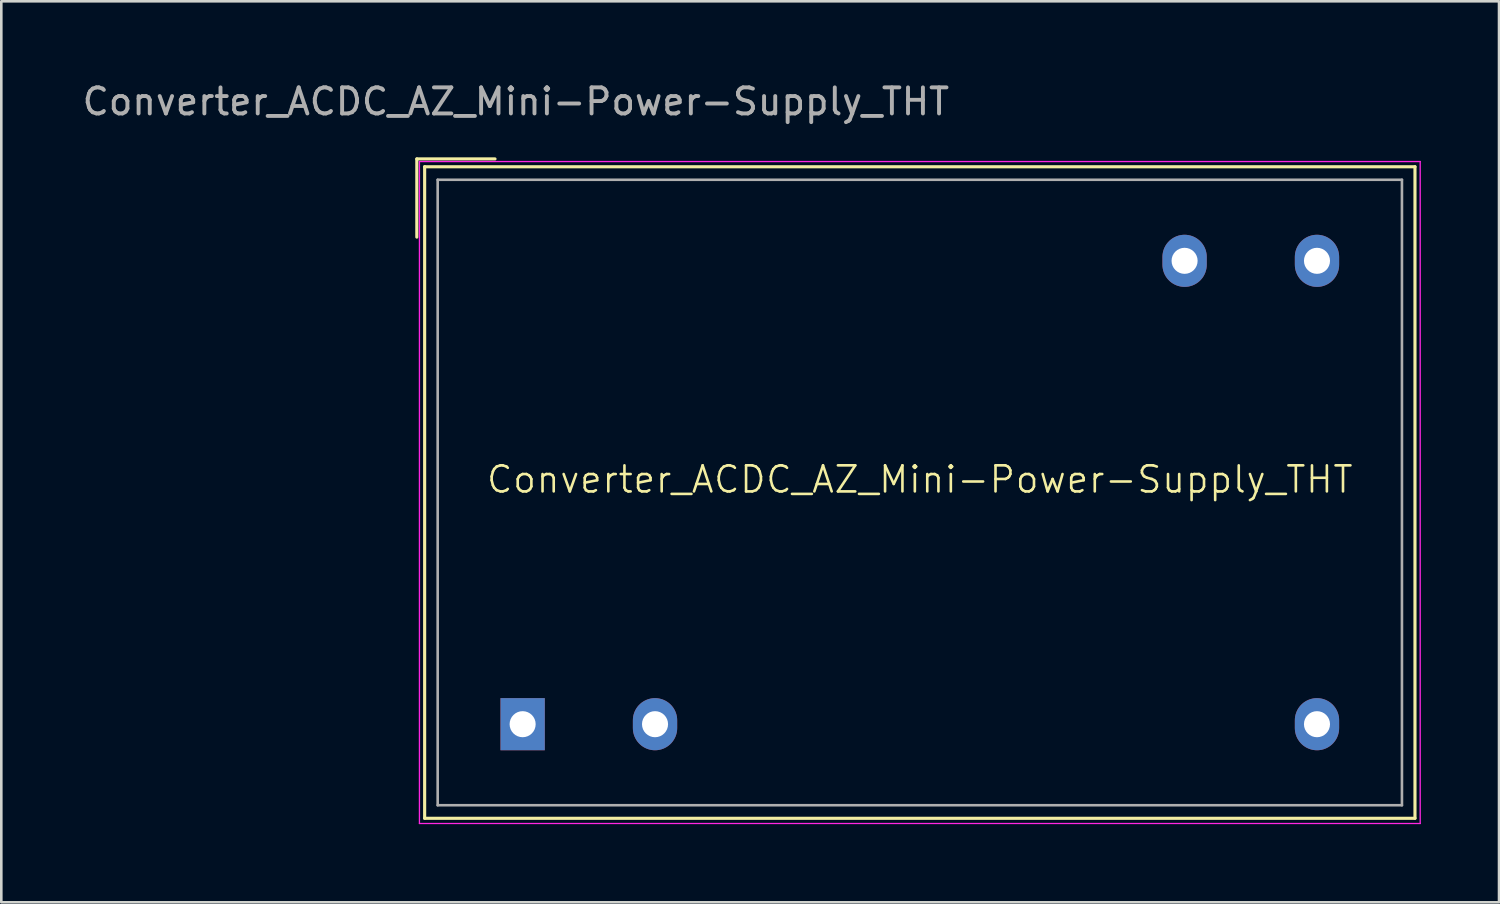
<source format=kicad_pcb>
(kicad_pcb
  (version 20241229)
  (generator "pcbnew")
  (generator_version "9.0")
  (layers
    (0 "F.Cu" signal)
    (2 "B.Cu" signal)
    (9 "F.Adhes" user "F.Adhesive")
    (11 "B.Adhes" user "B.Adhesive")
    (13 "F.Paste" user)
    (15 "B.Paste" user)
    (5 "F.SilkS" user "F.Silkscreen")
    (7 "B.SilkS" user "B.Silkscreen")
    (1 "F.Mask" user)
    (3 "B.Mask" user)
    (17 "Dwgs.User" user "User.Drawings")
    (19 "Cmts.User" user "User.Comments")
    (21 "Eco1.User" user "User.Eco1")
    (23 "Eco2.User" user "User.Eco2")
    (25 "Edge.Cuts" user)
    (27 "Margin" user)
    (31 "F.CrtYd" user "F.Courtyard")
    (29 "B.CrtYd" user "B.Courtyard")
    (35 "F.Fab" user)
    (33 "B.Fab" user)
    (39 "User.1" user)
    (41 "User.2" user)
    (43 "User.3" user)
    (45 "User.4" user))
  (footprint "Converter_ACDC_AZ_Mini-Power-Supply_THT"
    (layer "F.Cu")
    (at 32.244 15.848)
    (property "Reference" "Converter_ACDC_AZ_Mini-Power-Supply_THT" (at 0 -0.5 0) (unlocked yes) (layer "F.SilkS") (effects (font (size 1 1) (thickness 0.1))))
    (attr through_hole)
    (fp_line (start -19.3 -12.8) (end -16.3 -12.8) (stroke (width 0.12) (type solid)) (layer "F.SilkS"))
    (fp_line (start -19.3 -9.8) (end -19.3 -12.8) (stroke (width 0.12) (type solid)) (layer "F.SilkS"))
    (fp_line (start -19 -12.5) (end -19 12.5) (stroke (width 0.12) (type solid)) (layer "F.SilkS"))
    (fp_line (start -19 -12.5) (end 19 -12.5) (stroke (width 0.12) (type solid)) (layer "F.SilkS"))
    (fp_line (start -19 12.5) (end 19 12.5) (stroke (width 0.12) (type solid)) (layer "F.SilkS"))
    (fp_line (start 19 -12.5) (end 19 12.5) (stroke (width 0.12) (type solid)) (layer "F.SilkS"))
    (fp_line (start -19.2 -12.7) (end -19.2 12.7) (stroke (width 0.05) (type solid)) (layer "F.CrtYd"))
    (fp_line (start -19.2 -12.7) (end 19.2 -12.7) (stroke (width 0.05) (type solid)) (layer "F.CrtYd"))
    (fp_line (start -19.2 12.7) (end 19.2 12.7) (stroke (width 0.05) (type solid)) (layer "F.CrtYd"))
    (fp_line (start 19.2 -12.7) (end 19.2 12.7) (stroke (width 0.05) (type solid)) (layer "F.CrtYd"))
    (fp_line (start -18.5 -12) (end 18.5 -12) (stroke (width 0.1) (type solid)) (layer "F.Fab"))
    (fp_line (start -18.5 12) (end -18.5 -12) (stroke (width 0.1) (type solid)) (layer "F.Fab"))
    (fp_line (start 18.5 -12) (end 18.5 12) (stroke (width 0.1) (type solid)) (layer "F.Fab"))
    (fp_line (start 18.5 12) (end -18.5 12) (stroke (width 0.1) (type solid)) (layer "F.Fab"))
    (fp_text user "${REFERENCE}" (at -15.5 -15 0) (layer "F.Fab") (effects (font (size 1 1) (thickness 0.15))))
    (pad "1" thru_hole rect (at -15.24 8.89) (size 1.7 2) (drill 1) (layers "*.Cu" "*.Mask"))
    (pad "2" thru_hole oval (at -10.16 8.89) (size 1.7 2) (drill 1) (layers "*.Cu" "*.Mask"))
    (pad "3" thru_hole oval (at 10.16 -8.89) (size 1.7 2) (drill 1) (layers "*.Cu" "*.Mask"))
    (pad "4" thru_hole oval (at 15.24 -8.89) (size 1.7 2) (drill 1) (layers "*.Cu" "*.Mask"))
    (pad "5" thru_hole oval (at 15.24 8.89) (size 1.7 2) (drill 1) (layers "*.Cu" "*.Mask")))
  (gr_rect
    (start -3 -3)
    (end 54.469 31.573)
    (stroke (width 0.1) (type default))
    (fill no)
    (layer "Edge.Cuts")))
</source>
